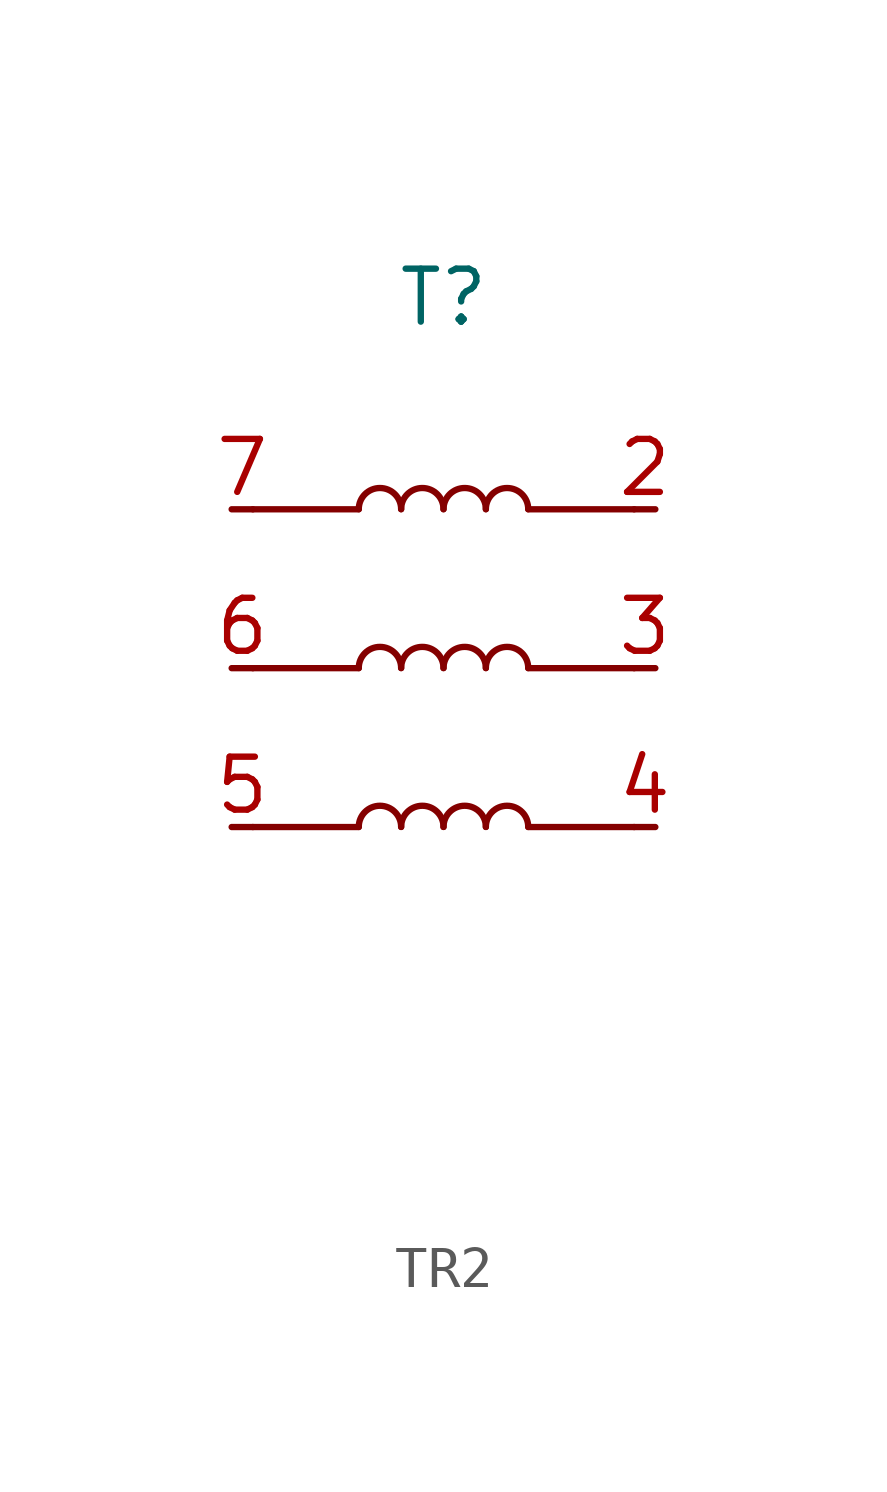
<source format=kicad_sym>
(kicad_symbol_lib
  (version 20220914)
  (generator kicad_symbol_editor)
  (symbol "TR2"
    (property "Reference" "T"
      (at 0 5.08 0)
      (effects (font (size 1.27 1.27))))
    (property "Value" ""
      (at 0 0 0)
      (effects (font (size 1.27 1.27))))
    (symbol "TR2_0_1"
      (arc (start -1.016 -7.6178) (mid -1.524 -7.112) (end -2.032 -7.6178) (stroke (width 0) (type default)) (fill (type none)))
      (arc (start -1.016 -3.8078) (mid -1.524 -3.302) (end -2.032 -3.8078) (stroke (width 0) (type default)) (fill (type none)))
      (arc (start -1.016 0.0022) (mid -1.524 0.508) (end -2.032 0.0022) (stroke (width 0) (type default)) (fill (type none)))
      (arc (start 0 -7.6178) (mid -0.508 -7.112) (end -1.016 -7.6178) (stroke (width 0) (type default)) (fill (type none)))
      (arc (start 0 -3.8078) (mid -0.508 -3.302) (end -1.016 -3.8078) (stroke (width 0) (type default)) (fill (type none)))
      (polyline (pts (xy -4.572 -7.62) (xy -2.032 -7.62)) (stroke (width 0) (type default)) (fill (type none)))
      (polyline (pts (xy -4.572 -3.81) (xy -2.032 -3.81)) (stroke (width 0) (type default)) (fill (type none)))
      (polyline (pts (xy -4.572 0) (xy -2.032 0)) (stroke (width 0) (type default)) (fill (type none)))
      (polyline (pts (xy 2.032 -7.62) (xy 4.572 -7.62)) (stroke (width 0) (type default)) (fill (type none)))
      (polyline (pts (xy 2.032 -3.81) (xy 4.572 -3.81)) (stroke (width 0) (type default)) (fill (type none)))
      (polyline (pts (xy 2.032 0) (xy 4.572 0)) (stroke (width 0) (type default)) (fill (type none)))
      (arc (start 0 0.0022) (mid -0.508 0.508) (end -1.016 0.0022) (stroke (width 0) (type default)) (fill (type none)))
      (arc (start 1.016 -7.6178) (mid 0.508 -7.112) (end 0 -7.6178) (stroke (width 0) (type default)) (fill (type none)))
      (arc (start 1.016 -3.8078) (mid 0.508 -3.302) (end 0 -3.8078) (stroke (width 0) (type default)) (fill (type none)))
      (arc (start 1.016 0.0022) (mid 0.508 0.508) (end 0 0.0022) (stroke (width 0) (type default)) (fill (type none)))
      (arc (start 2.032 -7.6178) (mid 1.524 -7.112) (end 1.016 -7.6178) (stroke (width 0) (type default)) (fill (type none)))
      (arc (start 2.032 -3.8078) (mid 1.524 -3.302) (end 1.016 -3.8078) (stroke (width 0) (type default)) (fill (type none)))
      (arc (start 2.032 0.0022) (mid 1.524 0.508) (end 1.016 0.0022) (stroke (width 0) (type default)) (fill (type none))))
    (symbol "TR2_1_1"
      (pin no_connect line (at 1.27 -10.16 0) (length 2.54) hide (name "1" (effects (font (size 1.27 1.27)))) (number "1" (effects (font (size 1.27 1.27)))))
      (pin passive line (at 5.08 0 180) (length 0.508) (name "~" (effects (font (size 1.27 1.27)))) (number "2" (effects (font (size 1.27 1.27)))))
      (pin passive line (at 5.08 -3.81 180) (length 0.508) (name "~" (effects (font (size 1.27 1.27)))) (number "3" (effects (font (size 1.27 1.27)))))
      (pin passive line (at 5.08 -7.62 180) (length 0.508) (name "~" (effects (font (size 1.27 1.27)))) (number "4" (effects (font (size 1.27 1.27)))))
      (pin passive line (at -5.08 -7.62 0) (length 0.508) (name "~" (effects (font (size 1.27 1.27)))) (number "5" (effects (font (size 1.27 1.27)))))
      (pin passive line (at -5.08 -3.81 0) (length 0.508) (name "~" (effects (font (size 1.27 1.27)))) (number "6" (effects (font (size 1.27 1.27)))))
      (pin passive line (at -5.08 0 0) (length 0.508) (name "~" (effects (font (size 1.27 1.27)))) (number "7" (effects (font (size 1.27 1.27)))))
      (pin no_connect line (at 1.27 -12.7 0) (length 2.54) hide (name "8" (effects (font (size 1.27 1.27)))) (number "8" (effects (font (size 1.27 1.27)))))
      (pin no_connect line (at 1.27 -15.24 0) (length 2.54) hide (name "9" (effects (font (size 1.27 1.27)))) (number "9" (effects (font (size 1.27 1.27))))))))
</source>
